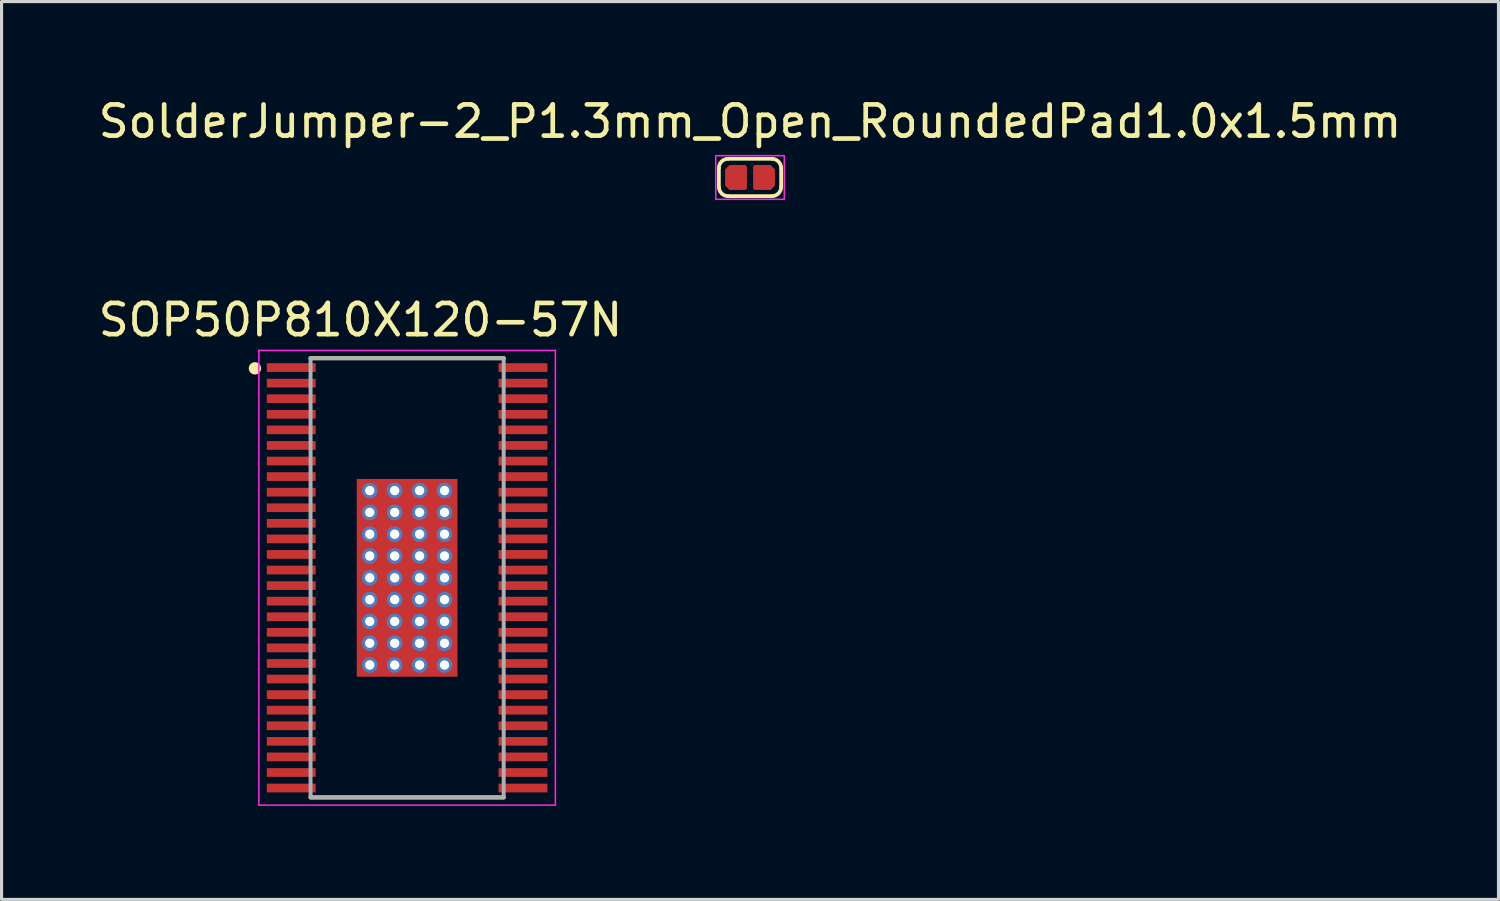
<source format=kicad_pcb>
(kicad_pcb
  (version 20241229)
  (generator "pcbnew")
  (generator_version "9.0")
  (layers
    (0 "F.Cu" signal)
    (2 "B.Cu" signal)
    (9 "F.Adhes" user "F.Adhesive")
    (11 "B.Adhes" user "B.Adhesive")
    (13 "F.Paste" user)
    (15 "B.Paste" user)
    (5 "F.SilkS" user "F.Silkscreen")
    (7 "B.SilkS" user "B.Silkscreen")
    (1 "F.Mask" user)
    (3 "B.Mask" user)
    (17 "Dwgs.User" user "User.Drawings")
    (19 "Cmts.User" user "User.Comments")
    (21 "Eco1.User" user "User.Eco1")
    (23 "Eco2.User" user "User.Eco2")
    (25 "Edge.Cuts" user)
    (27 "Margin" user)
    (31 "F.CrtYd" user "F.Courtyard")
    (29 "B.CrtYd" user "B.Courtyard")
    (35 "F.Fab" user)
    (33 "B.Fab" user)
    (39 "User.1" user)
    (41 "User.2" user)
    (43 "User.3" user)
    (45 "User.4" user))
  (footprint "SolderJumper-2_P1.3mm_Open_RoundedPad1.0x1.5mm"
    (layer "F.Cu")
    (at 21.03 2.648)
    (property "Reference" "SolderJumper-2_P1.3mm_Open_RoundedPad1.0x1.5mm" (at 0 -1.8 0) (layer "F.SilkS") (effects (font (size 1 1) (thickness 0.15))))
    (attr exclude_from_pos_files exclude_from_bom)
    (fp_line (start -1 0.3) (end -1 -0.3) (stroke (width 0.12) (type solid)) (layer "F.SilkS"))
    (fp_line (start -0.7 -0.6) (end 0.7 -0.6) (stroke (width 0.12) (type solid)) (layer "F.SilkS"))
    (fp_line (start 0.7 0.6) (end -0.7 0.6) (stroke (width 0.12) (type solid)) (layer "F.SilkS"))
    (fp_line (start 1 -0.3) (end 1 0.3) (stroke (width 0.12) (type solid)) (layer "F.SilkS"))
    (fp_arc (start -1 -0.3) (mid -0.912132 -0.512132) (end -0.7 -0.6) (stroke (width 0.12) (type solid)) (layer "F.SilkS"))
    (fp_arc (start -0.7 0.6) (mid -0.912132 0.512132) (end -1 0.3) (stroke (width 0.12) (type solid)) (layer "F.SilkS"))
    (fp_arc (start 0.7 -0.6) (mid 0.912132 -0.512132) (end 1 -0.3) (stroke (width 0.12) (type solid)) (layer "F.SilkS"))
    (fp_arc (start 1 0.3) (mid 0.912132 0.512132) (end 0.7 0.6) (stroke (width 0.12) (type solid)) (layer "F.SilkS"))
    (fp_line (start -1.1 -0.7) (end -1.1 0.7) (stroke (width 0.05) (type solid)) (layer "F.CrtYd"))
    (fp_line (start -1.1 -0.7) (end 1.1 -0.7) (stroke (width 0.05) (type solid)) (layer "F.CrtYd"))
    (fp_line (start 1.1 0.7) (end -1.1 0.7) (stroke (width 0.05) (type solid)) (layer "F.CrtYd"))
    (fp_line (start 1.1 0.7) (end 1.1 -0.7) (stroke (width 0.05) (type solid)) (layer "F.CrtYd"))
    (pad "1" smd roundrect (at -0.45 0) (size 0.7 0.8) (layers "F.Cu" "F.Mask") (roundrect_rratio 0.1) (chamfer_ratio 0.2) (chamfer top_left bottom_left))
    (pad "2" smd roundrect (at 0.45 0) (size 0.7 0.8) (layers "F.Cu" "F.Mask") (roundrect_rratio 0.1) (chamfer_ratio 0.2) (chamfer top_right bottom_right)))
  (footprint "SOP50P810X120-57N"
    (layer "F.Cu")
    (at 10.021 15.501)
    (property "Reference" "SOP50P810X120-57N" (at -1.498 -8.279 0) (layer "F.SilkS") (effects (font (size 1.002 1.002) (thickness 0.15))))
    (attr smd)
    (fp_line (start -3.1 -7.05) (end 3.1 -7.05) (stroke (width 0.127) (type solid)) (layer "F.SilkS"))
    (fp_line (start -3.1 7.05) (end 3.1 7.05) (stroke (width 0.127) (type solid)) (layer "F.SilkS"))
    (fp_circle (center -4.886 -6.725) (end -4.786 -6.725) (stroke (width 0.2) (type solid)) (fill no) (layer "F.SilkS"))
    (fp_poly (pts (xy -1.024 -2) (xy 1.023 -2) (xy 1.023 2.003) (xy -1.024 2.003)) (stroke (width 0.01) (type solid)) (fill yes) (layer "F.Paste"))
    (fp_line (start -4.76 -7.3) (end -4.76 7.3) (stroke (width 0.05) (type solid)) (layer "F.CrtYd"))
    (fp_line (start -4.76 -7.3) (end 4.76 -7.3) (stroke (width 0.05) (type solid)) (layer "F.CrtYd"))
    (fp_line (start -4.76 7.3) (end 4.76 7.3) (stroke (width 0.05) (type solid)) (layer "F.CrtYd"))
    (fp_line (start 4.76 -7.3) (end 4.76 7.3) (stroke (width 0.05) (type solid)) (layer "F.CrtYd"))
    (fp_line (start -3.1 -7.05) (end -3.1 7.05) (stroke (width 0.127) (type solid)) (layer "F.Fab"))
    (fp_line (start -3.1 -7.05) (end 3.1 -7.05) (stroke (width 0.127) (type solid)) (layer "F.Fab"))
    (fp_line (start -3.1 7.05) (end 3.1 7.05) (stroke (width 0.127) (type solid)) (layer "F.Fab"))
    (fp_line (start 3.1 -7.05) (end 3.1 7.05) (stroke (width 0.127) (type solid)) (layer "F.Fab"))
    (pad "1" smd roundrect (at -3.72 -6.75) (size 1.57 0.28) (layers "F.Cu" "F.Mask" "F.Paste") (roundrect_rratio 0.04))
    (pad "2" smd roundrect (at -3.72 -6.25) (size 1.57 0.28) (layers "F.Cu" "F.Mask" "F.Paste") (roundrect_rratio 0.04))
    (pad "3" smd roundrect (at -3.72 -5.75) (size 1.57 0.28) (layers "F.Cu" "F.Mask" "F.Paste") (roundrect_rratio 0.04))
    (pad "4" smd roundrect (at -3.72 -5.25) (size 1.57 0.28) (layers "F.Cu" "F.Mask" "F.Paste") (roundrect_rratio 0.04))
    (pad "5" smd roundrect (at -3.72 -4.75) (size 1.57 0.28) (layers "F.Cu" "F.Mask" "F.Paste") (roundrect_rratio 0.04))
    (pad "6" smd roundrect (at -3.72 -4.25) (size 1.57 0.28) (layers "F.Cu" "F.Mask" "F.Paste") (roundrect_rratio 0.04))
    (pad "7" smd roundrect (at -3.72 -3.75) (size 1.57 0.28) (layers "F.Cu" "F.Mask" "F.Paste") (roundrect_rratio 0.04))
    (pad "8" smd roundrect (at -3.72 -3.25) (size 1.57 0.28) (layers "F.Cu" "F.Mask" "F.Paste") (roundrect_rratio 0.04))
    (pad "9" smd roundrect (at -3.72 -2.75) (size 1.57 0.28) (layers "F.Cu" "F.Mask" "F.Paste") (roundrect_rratio 0.04))
    (pad "10" smd roundrect (at -3.72 -2.25) (size 1.57 0.28) (layers "F.Cu" "F.Mask" "F.Paste") (roundrect_rratio 0.04))
    (pad "11" smd roundrect (at -3.72 -1.75) (size 1.57 0.28) (layers "F.Cu" "F.Mask" "F.Paste") (roundrect_rratio 0.04))
    (pad "12" smd roundrect (at -3.72 -1.25) (size 1.57 0.28) (layers "F.Cu" "F.Mask" "F.Paste") (roundrect_rratio 0.04))
    (pad "13" smd roundrect (at -3.72 -0.75) (size 1.57 0.28) (layers "F.Cu" "F.Mask" "F.Paste") (roundrect_rratio 0.04))
    (pad "14" smd roundrect (at -3.72 -0.25) (size 1.57 0.28) (layers "F.Cu" "F.Mask" "F.Paste") (roundrect_rratio 0.04))
    (pad "15" smd roundrect (at -3.72 0.25) (size 1.57 0.28) (layers "F.Cu" "F.Mask" "F.Paste") (roundrect_rratio 0.04))
    (pad "16" smd roundrect (at -3.72 0.75) (size 1.57 0.28) (layers "F.Cu" "F.Mask" "F.Paste") (roundrect_rratio 0.04))
    (pad "17" smd roundrect (at -3.72 1.25) (size 1.57 0.28) (layers "F.Cu" "F.Mask" "F.Paste") (roundrect_rratio 0.04))
    (pad "18" smd roundrect (at -3.72 1.75) (size 1.57 0.28) (layers "F.Cu" "F.Mask" "F.Paste") (roundrect_rratio 0.04))
    (pad "19" smd roundrect (at -3.72 2.25) (size 1.57 0.28) (layers "F.Cu" "F.Mask" "F.Paste") (roundrect_rratio 0.04))
    (pad "20" smd roundrect (at -3.72 2.75) (size 1.57 0.28) (layers "F.Cu" "F.Mask" "F.Paste") (roundrect_rratio 0.04))
    (pad "21" smd roundrect (at -3.72 3.25) (size 1.57 0.28) (layers "F.Cu" "F.Mask" "F.Paste") (roundrect_rratio 0.04))
    (pad "22" smd roundrect (at -3.72 3.75) (size 1.57 0.28) (layers "F.Cu" "F.Mask" "F.Paste") (roundrect_rratio 0.04))
    (pad "23" smd roundrect (at -3.72 4.25) (size 1.57 0.28) (layers "F.Cu" "F.Mask" "F.Paste") (roundrect_rratio 0.04))
    (pad "24" smd roundrect (at -3.72 4.75) (size 1.57 0.28) (layers "F.Cu" "F.Mask" "F.Paste") (roundrect_rratio 0.04))
    (pad "25" smd roundrect (at -3.72 5.25) (size 1.57 0.28) (layers "F.Cu" "F.Mask" "F.Paste") (roundrect_rratio 0.04))
    (pad "26" smd roundrect (at -3.72 5.75) (size 1.57 0.28) (layers "F.Cu" "F.Mask" "F.Paste") (roundrect_rratio 0.04))
    (pad "27" smd roundrect (at -3.72 6.25) (size 1.57 0.28) (layers "F.Cu" "F.Mask" "F.Paste") (roundrect_rratio 0.04))
    (pad "28" smd roundrect (at -3.72 6.75) (size 1.57 0.28) (layers "F.Cu" "F.Mask" "F.Paste") (roundrect_rratio 0.04))
    (pad "29" smd roundrect (at 3.72 6.75) (size 1.57 0.28) (layers "F.Cu" "F.Mask" "F.Paste") (roundrect_rratio 0.04))
    (pad "30" smd roundrect (at 3.72 6.25) (size 1.57 0.28) (layers "F.Cu" "F.Mask" "F.Paste") (roundrect_rratio 0.04))
    (pad "31" smd roundrect (at 3.72 5.75) (size 1.57 0.28) (layers "F.Cu" "F.Mask" "F.Paste") (roundrect_rratio 0.04))
    (pad "32" smd roundrect (at 3.72 5.25) (size 1.57 0.28) (layers "F.Cu" "F.Mask" "F.Paste") (roundrect_rratio 0.04))
    (pad "33" smd roundrect (at 3.72 4.75) (size 1.57 0.28) (layers "F.Cu" "F.Mask" "F.Paste") (roundrect_rratio 0.04))
    (pad "34" smd roundrect (at 3.72 4.25) (size 1.57 0.28) (layers "F.Cu" "F.Mask" "F.Paste") (roundrect_rratio 0.04))
    (pad "35" smd roundrect (at 3.72 3.75) (size 1.57 0.28) (layers "F.Cu" "F.Mask" "F.Paste") (roundrect_rratio 0.04))
    (pad "36" smd roundrect (at 3.72 3.25) (size 1.57 0.28) (layers "F.Cu" "F.Mask" "F.Paste") (roundrect_rratio 0.04))
    (pad "37" smd roundrect (at 3.72 2.75) (size 1.57 0.28) (layers "F.Cu" "F.Mask" "F.Paste") (roundrect_rratio 0.04))
    (pad "38" smd roundrect (at 3.72 2.25) (size 1.57 0.28) (layers "F.Cu" "F.Mask" "F.Paste") (roundrect_rratio 0.04))
    (pad "39" smd roundrect (at 3.72 1.75) (size 1.57 0.28) (layers "F.Cu" "F.Mask" "F.Paste") (roundrect_rratio 0.04))
    (pad "40" smd roundrect (at 3.72 1.25) (size 1.57 0.28) (layers "F.Cu" "F.Mask" "F.Paste") (roundrect_rratio 0.04))
    (pad "41" smd roundrect (at 3.72 0.75) (size 1.57 0.28) (layers "F.Cu" "F.Mask" "F.Paste") (roundrect_rratio 0.04))
    (pad "42" smd roundrect (at 3.72 0.25) (size 1.57 0.28) (layers "F.Cu" "F.Mask" "F.Paste") (roundrect_rratio 0.04))
    (pad "43" smd roundrect (at 3.72 -0.25) (size 1.57 0.28) (layers "F.Cu" "F.Mask" "F.Paste") (roundrect_rratio 0.04))
    (pad "44" smd roundrect (at 3.72 -0.75) (size 1.57 0.28) (layers "F.Cu" "F.Mask" "F.Paste") (roundrect_rratio 0.04))
    (pad "45" smd roundrect (at 3.72 -1.25) (size 1.57 0.28) (layers "F.Cu" "F.Mask" "F.Paste") (roundrect_rratio 0.04))
    (pad "46" smd roundrect (at 3.72 -1.75) (size 1.57 0.28) (layers "F.Cu" "F.Mask" "F.Paste") (roundrect_rratio 0.04))
    (pad "47" smd roundrect (at 3.72 -2.25) (size 1.57 0.28) (layers "F.Cu" "F.Mask" "F.Paste") (roundrect_rratio 0.04))
    (pad "48" smd roundrect (at 3.72 -2.75) (size 1.57 0.28) (layers "F.Cu" "F.Mask" "F.Paste") (roundrect_rratio 0.04))
    (pad "49" smd roundrect (at 3.72 -3.25) (size 1.57 0.28) (layers "F.Cu" "F.Mask" "F.Paste") (roundrect_rratio 0.04))
    (pad "50" smd roundrect (at 3.72 -3.75) (size 1.57 0.28) (layers "F.Cu" "F.Mask" "F.Paste") (roundrect_rratio 0.04))
    (pad "51" smd roundrect (at 3.72 -4.25) (size 1.57 0.28) (layers "F.Cu" "F.Mask" "F.Paste") (roundrect_rratio 0.04))
    (pad "52" smd roundrect (at 3.72 -4.75) (size 1.57 0.28) (layers "F.Cu" "F.Mask" "F.Paste") (roundrect_rratio 0.04))
    (pad "53" smd roundrect (at 3.72 -5.25) (size 1.57 0.28) (layers "F.Cu" "F.Mask" "F.Paste") (roundrect_rratio 0.04))
    (pad "54" smd roundrect (at 3.72 -5.75) (size 1.57 0.28) (layers "F.Cu" "F.Mask" "F.Paste") (roundrect_rratio 0.04))
    (pad "55" smd roundrect (at 3.72 -6.25) (size 1.57 0.28) (layers "F.Cu" "F.Mask" "F.Paste") (roundrect_rratio 0.04))
    (pad "56" smd roundrect (at 3.72 -6.75) (size 1.57 0.28) (layers "F.Cu" "F.Mask" "F.Paste") (roundrect_rratio 0.04))
    (pad "57" thru_hole circle (at -1.2 -2.8) (size 0.5 0.5) (drill 0.3) (layers "*.Cu" "*.Mask"))
    (pad "57" thru_hole circle (at -1.2 -2.1) (size 0.5 0.5) (drill 0.3) (layers "*.Cu" "*.Mask"))
    (pad "57" thru_hole circle (at -1.2 -1.4) (size 0.5 0.5) (drill 0.3) (layers "*.Cu" "*.Mask"))
    (pad "57" thru_hole circle (at -1.2 -0.7) (size 0.5 0.5) (drill 0.3) (layers "*.Cu" "*.Mask"))
    (pad "57" thru_hole circle (at -1.2 0) (size 0.5 0.5) (drill 0.3) (layers "*.Cu" "*.Mask"))
    (pad "57" thru_hole circle (at -1.2 0.7) (size 0.5 0.5) (drill 0.3) (layers "*.Cu" "*.Mask"))
    (pad "57" thru_hole circle (at -1.2 1.4) (size 0.5 0.5) (drill 0.3) (layers "*.Cu" "*.Mask"))
    (pad "57" thru_hole circle (at -1.2 2.1) (size 0.5 0.5) (drill 0.3) (layers "*.Cu" "*.Mask"))
    (pad "57" thru_hole circle (at -1.2 2.8) (size 0.5 0.5) (drill 0.3) (layers "*.Cu" "*.Mask"))
    (pad "57" thru_hole circle (at -0.4 -2.8) (size 0.5 0.5) (drill 0.3) (layers "*.Cu" "*.Mask"))
    (pad "57" thru_hole circle (at -0.4 -2.1) (size 0.5 0.5) (drill 0.3) (layers "*.Cu" "*.Mask"))
    (pad "57" thru_hole circle (at -0.4 -1.4) (size 0.5 0.5) (drill 0.3) (layers "*.Cu" "*.Mask"))
    (pad "57" thru_hole circle (at -0.4 -0.7) (size 0.5 0.5) (drill 0.3) (layers "*.Cu" "*.Mask"))
    (pad "57" thru_hole circle (at -0.4 0) (size 0.5 0.5) (drill 0.3) (layers "*.Cu" "*.Mask"))
    (pad "57" thru_hole circle (at -0.4 0.7) (size 0.5 0.5) (drill 0.3) (layers "*.Cu" "*.Mask"))
    (pad "57" thru_hole circle (at -0.4 1.4) (size 0.5 0.5) (drill 0.3) (layers "*.Cu" "*.Mask"))
    (pad "57" thru_hole circle (at -0.4 2.1) (size 0.5 0.5) (drill 0.3) (layers "*.Cu" "*.Mask"))
    (pad "57" thru_hole circle (at -0.4 2.8) (size 0.5 0.5) (drill 0.3) (layers "*.Cu" "*.Mask"))
    (pad "57" smd rect (at 0 0) (size 3.235 6.35) (layers "F.Cu" "F.Mask"))
    (pad "57" thru_hole circle (at 0.4 -2.8) (size 0.5 0.5) (drill 0.3) (layers "*.Cu" "*.Mask"))
    (pad "57" thru_hole circle (at 0.4 -2.1) (size 0.5 0.5) (drill 0.3) (layers "*.Cu" "*.Mask"))
    (pad "57" thru_hole circle (at 0.4 -1.4) (size 0.5 0.5) (drill 0.3) (layers "*.Cu" "*.Mask"))
    (pad "57" thru_hole circle (at 0.4 -0.7) (size 0.5 0.5) (drill 0.3) (layers "*.Cu" "*.Mask"))
    (pad "57" thru_hole circle (at 0.4 0) (size 0.5 0.5) (drill 0.3) (layers "*.Cu" "*.Mask"))
    (pad "57" thru_hole circle (at 0.4 0.7) (size 0.5 0.5) (drill 0.3) (layers "*.Cu" "*.Mask"))
    (pad "57" thru_hole circle (at 0.4 1.4) (size 0.5 0.5) (drill 0.3) (layers "*.Cu" "*.Mask"))
    (pad "57" thru_hole circle (at 0.4 2.1) (size 0.5 0.5) (drill 0.3) (layers "*.Cu" "*.Mask"))
    (pad "57" thru_hole circle (at 0.4 2.8) (size 0.5 0.5) (drill 0.3) (layers "*.Cu" "*.Mask"))
    (pad "57" thru_hole circle (at 1.2 -2.8) (size 0.5 0.5) (drill 0.3) (layers "*.Cu" "*.Mask"))
    (pad "57" thru_hole circle (at 1.2 -2.1) (size 0.5 0.5) (drill 0.3) (layers "*.Cu" "*.Mask"))
    (pad "57" thru_hole circle (at 1.2 -1.4) (size 0.5 0.5) (drill 0.3) (layers "*.Cu" "*.Mask"))
    (pad "57" thru_hole circle (at 1.2 -0.7) (size 0.5 0.5) (drill 0.3) (layers "*.Cu" "*.Mask"))
    (pad "57" thru_hole circle (at 1.2 0) (size 0.5 0.5) (drill 0.3) (layers "*.Cu" "*.Mask"))
    (pad "57" thru_hole circle (at 1.2 0.7) (size 0.5 0.5) (drill 0.3) (layers "*.Cu" "*.Mask"))
    (pad "57" thru_hole circle (at 1.2 1.4) (size 0.5 0.5) (drill 0.3) (layers "*.Cu" "*.Mask"))
    (pad "57" thru_hole circle (at 1.2 2.1) (size 0.5 0.5) (drill 0.3) (layers "*.Cu" "*.Mask"))
    (pad "57" thru_hole circle (at 1.2 2.8) (size 0.5 0.5) (drill 0.3) (layers "*.Cu" "*.Mask")))
  (gr_rect
    (start -3 -3)
    (end 45.06 25.826)
    (stroke (width 0.1) (type default))
    (fill no)
    (layer "Edge.Cuts")))
</source>
